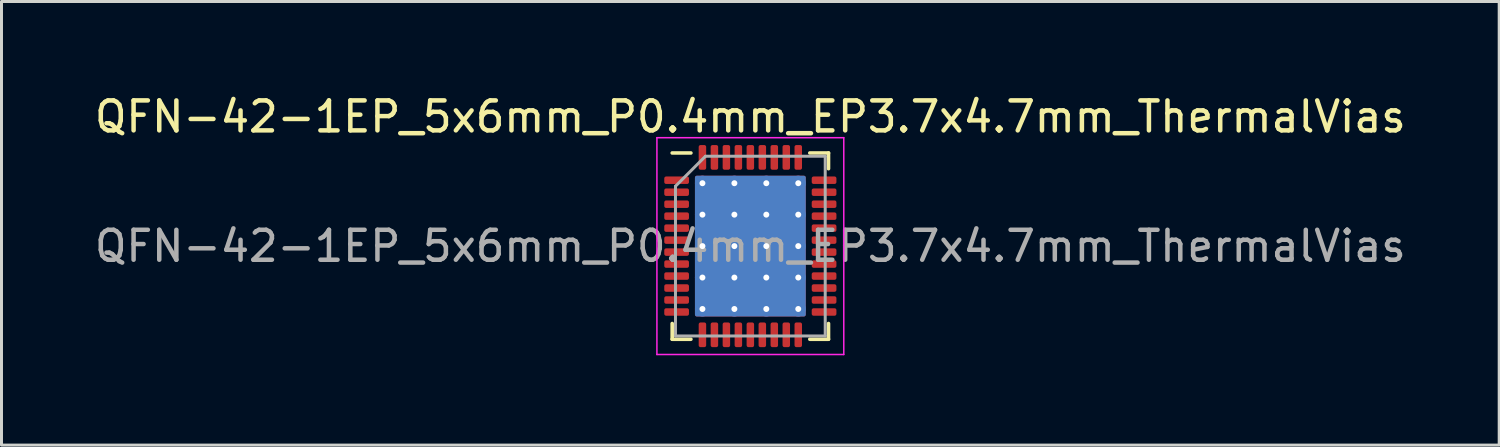
<source format=kicad_pcb>
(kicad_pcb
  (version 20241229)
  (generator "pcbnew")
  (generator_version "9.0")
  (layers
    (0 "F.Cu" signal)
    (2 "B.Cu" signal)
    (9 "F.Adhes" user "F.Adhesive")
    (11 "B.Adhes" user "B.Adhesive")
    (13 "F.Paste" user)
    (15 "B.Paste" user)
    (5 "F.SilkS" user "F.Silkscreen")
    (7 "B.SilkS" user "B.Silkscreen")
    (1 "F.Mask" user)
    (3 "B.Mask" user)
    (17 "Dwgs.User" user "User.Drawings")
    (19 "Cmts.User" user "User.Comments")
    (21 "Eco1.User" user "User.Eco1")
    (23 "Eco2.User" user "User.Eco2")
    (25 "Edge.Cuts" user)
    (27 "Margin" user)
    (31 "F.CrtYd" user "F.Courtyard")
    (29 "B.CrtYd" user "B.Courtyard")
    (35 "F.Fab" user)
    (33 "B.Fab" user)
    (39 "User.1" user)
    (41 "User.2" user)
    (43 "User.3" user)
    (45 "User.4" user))
  (footprint "QFN-42-1EP_5x6mm_P0.4mm_EP3.7x4.7mm_ThermalVias"
    (layer "F.Cu")
    (at 22.006 5.168)
    (property "Reference" "QFN-42-1EP_5x6mm_P0.4mm_EP3.7x4.7mm_ThermalVias" (at 0 -4.32 0) (layer "F.SilkS") (effects (font (size 1 1) (thickness 0.15))))
    (attr smd)
    (fp_line (start -2.61 3.11) (end -2.61 2.585) (stroke (width 0.12) (type solid)) (layer "F.SilkS"))
    (fp_line (start -1.985 -3.11) (end -2.61 -3.11) (stroke (width 0.12) (type solid)) (layer "F.SilkS"))
    (fp_line (start -1.985 3.11) (end -2.61 3.11) (stroke (width 0.12) (type solid)) (layer "F.SilkS"))
    (fp_line (start 1.985 -3.11) (end 2.61 -3.11) (stroke (width 0.12) (type solid)) (layer "F.SilkS"))
    (fp_line (start 1.985 3.11) (end 2.61 3.11) (stroke (width 0.12) (type solid)) (layer "F.SilkS"))
    (fp_line (start 2.61 -3.11) (end 2.61 -2.585) (stroke (width 0.12) (type solid)) (layer "F.SilkS"))
    (fp_line (start 2.61 3.11) (end 2.61 2.585) (stroke (width 0.12) (type solid)) (layer "F.SilkS"))
    (fp_line (start -3.12 -3.62) (end -3.12 3.62) (stroke (width 0.05) (type solid)) (layer "F.CrtYd"))
    (fp_line (start -3.12 3.62) (end 3.12 3.62) (stroke (width 0.05) (type solid)) (layer "F.CrtYd"))
    (fp_line (start 3.12 -3.62) (end -3.12 -3.62) (stroke (width 0.05) (type solid)) (layer "F.CrtYd"))
    (fp_line (start 3.12 3.62) (end 3.12 -3.62) (stroke (width 0.05) (type solid)) (layer "F.CrtYd"))
    (fp_line (start -2.5 -2) (end -1.5 -3) (stroke (width 0.1) (type solid)) (layer "F.Fab"))
    (fp_line (start -2.5 3) (end -2.5 -2) (stroke (width 0.1) (type solid)) (layer "F.Fab"))
    (fp_line (start -1.5 -3) (end 2.5 -3) (stroke (width 0.1) (type solid)) (layer "F.Fab"))
    (fp_line (start 2.5 -3) (end 2.5 3) (stroke (width 0.1) (type solid)) (layer "F.Fab"))
    (fp_line (start 2.5 3) (end -2.5 3) (stroke (width 0.1) (type solid)) (layer "F.Fab"))
    (fp_text user "${REFERENCE}" (at 0 0 0) (layer "F.Fab") (effects (font (size 1 1) (thickness 0.15))))
    (pad "" smd custom (at -1.067 -1.575) (size 0.799 0.799) (layers "F.Paste") (options (anchor circle)) (primitives (gr_poly (pts (xy -0.366 -0.252) (xy -0.274 -0.344) (xy 0.274 -0.344) (xy 0.366 -0.252) (xy 0.366 0.252) (xy 0.274 0.344) (xy -0.274 0.344) (xy -0.366 0.252)) (width 0.222) (fill yes))))
    (pad "" smd custom (at -1.067 -0.525) (size 0.799 0.799) (layers "F.Paste") (options (anchor circle)) (primitives (gr_poly (pts (xy -0.366 -0.252) (xy -0.274 -0.344) (xy 0.274 -0.344) (xy 0.366 -0.252) (xy 0.366 0.252) (xy 0.274 0.344) (xy -0.274 0.344) (xy -0.366 0.252)) (width 0.222) (fill yes))))
    (pad "" smd custom (at -1.067 0.525) (size 0.799 0.799) (layers "F.Paste") (options (anchor circle)) (primitives (gr_poly (pts (xy -0.366 -0.252) (xy -0.274 -0.344) (xy 0.274 -0.344) (xy 0.366 -0.252) (xy 0.366 0.252) (xy 0.274 0.344) (xy -0.274 0.344) (xy -0.366 0.252)) (width 0.222) (fill yes))))
    (pad "" smd custom (at -1.067 1.575) (size 0.799 0.799) (layers "F.Paste") (options (anchor circle)) (primitives (gr_poly (pts (xy -0.366 -0.252) (xy -0.274 -0.344) (xy 0.274 -0.344) (xy 0.366 -0.252) (xy 0.366 0.252) (xy 0.274 0.344) (xy -0.274 0.344) (xy -0.366 0.252)) (width 0.222) (fill yes))))
    (pad "" smd custom (at 0 -1.575) (size 0.799 0.799) (layers "F.Paste") (options (anchor circle)) (primitives (gr_poly (pts (xy -0.366 -0.252) (xy -0.274 -0.344) (xy 0.274 -0.344) (xy 0.366 -0.252) (xy 0.366 0.252) (xy 0.274 0.344) (xy -0.274 0.344) (xy -0.366 0.252)) (width 0.222) (fill yes))))
    (pad "" smd custom (at 0 -0.525) (size 0.799 0.799) (layers "F.Paste") (options (anchor circle)) (primitives (gr_poly (pts (xy -0.366 -0.252) (xy -0.274 -0.344) (xy 0.274 -0.344) (xy 0.366 -0.252) (xy 0.366 0.252) (xy 0.274 0.344) (xy -0.274 0.344) (xy -0.366 0.252)) (width 0.222) (fill yes))))
    (pad "" smd custom (at 0 0.525) (size 0.799 0.799) (layers "F.Paste") (options (anchor circle)) (primitives (gr_poly (pts (xy -0.366 -0.252) (xy -0.274 -0.344) (xy 0.274 -0.344) (xy 0.366 -0.252) (xy 0.366 0.252) (xy 0.274 0.344) (xy -0.274 0.344) (xy -0.366 0.252)) (width 0.222) (fill yes))))
    (pad "" smd custom (at 0 1.575) (size 0.799 0.799) (layers "F.Paste") (options (anchor circle)) (primitives (gr_poly (pts (xy -0.366 -0.252) (xy -0.274 -0.344) (xy 0.274 -0.344) (xy 0.366 -0.252) (xy 0.366 0.252) (xy 0.274 0.344) (xy -0.274 0.344) (xy -0.366 0.252)) (width 0.222) (fill yes))))
    (pad "" smd custom (at 1.067 -1.575) (size 0.799 0.799) (layers "F.Paste") (options (anchor circle)) (primitives (gr_poly (pts (xy -0.366 -0.252) (xy -0.274 -0.344) (xy 0.274 -0.344) (xy 0.366 -0.252) (xy 0.366 0.252) (xy 0.274 0.344) (xy -0.274 0.344) (xy -0.366 0.252)) (width 0.222) (fill yes))))
    (pad "" smd custom (at 1.067 -0.525) (size 0.799 0.799) (layers "F.Paste") (options (anchor circle)) (primitives (gr_poly (pts (xy -0.366 -0.252) (xy -0.274 -0.344) (xy 0.274 -0.344) (xy 0.366 -0.252) (xy 0.366 0.252) (xy 0.274 0.344) (xy -0.274 0.344) (xy -0.366 0.252)) (width 0.222) (fill yes))))
    (pad "" smd custom (at 1.067 0.525) (size 0.799 0.799) (layers "F.Paste") (options (anchor circle)) (primitives (gr_poly (pts (xy -0.366 -0.252) (xy -0.274 -0.344) (xy 0.274 -0.344) (xy 0.366 -0.252) (xy 0.366 0.252) (xy 0.274 0.344) (xy -0.274 0.344) (xy -0.366 0.252)) (width 0.222) (fill yes))))
    (pad "" smd custom (at 1.067 1.575) (size 0.799 0.799) (layers "F.Paste") (options (anchor circle)) (primitives (gr_poly (pts (xy -0.366 -0.252) (xy -0.274 -0.344) (xy 0.274 -0.344) (xy 0.366 -0.252) (xy 0.366 0.252) (xy 0.274 0.344) (xy -0.274 0.344) (xy -0.366 0.252)) (width 0.222) (fill yes))))
    (pad "1" smd roundrect (at -2.462 -2.2) (size 0.825 0.25) (layers "F.Cu" "F.Mask" "F.Paste") (roundrect_rratio 0.25))
    (pad "2" smd roundrect (at -2.462 -1.8) (size 0.825 0.25) (layers "F.Cu" "F.Mask" "F.Paste") (roundrect_rratio 0.25))
    (pad "3" smd roundrect (at -2.462 -1.4) (size 0.825 0.25) (layers "F.Cu" "F.Mask" "F.Paste") (roundrect_rratio 0.25))
    (pad "4" smd roundrect (at -2.462 -1) (size 0.825 0.25) (layers "F.Cu" "F.Mask" "F.Paste") (roundrect_rratio 0.25))
    (pad "5" smd roundrect (at -2.462 -0.6) (size 0.825 0.25) (layers "F.Cu" "F.Mask" "F.Paste") (roundrect_rratio 0.25))
    (pad "6" smd roundrect (at -2.462 -0.2) (size 0.825 0.25) (layers "F.Cu" "F.Mask" "F.Paste") (roundrect_rratio 0.25))
    (pad "7" smd roundrect (at -2.462 0.2) (size 0.825 0.25) (layers "F.Cu" "F.Mask" "F.Paste") (roundrect_rratio 0.25))
    (pad "8" smd roundrect (at -2.462 0.6) (size 0.825 0.25) (layers "F.Cu" "F.Mask" "F.Paste") (roundrect_rratio 0.25))
    (pad "9" smd roundrect (at -2.462 1) (size 0.825 0.25) (layers "F.Cu" "F.Mask" "F.Paste") (roundrect_rratio 0.25))
    (pad "10" smd roundrect (at -2.462 1.4) (size 0.825 0.25) (layers "F.Cu" "F.Mask" "F.Paste") (roundrect_rratio 0.25))
    (pad "11" smd roundrect (at -2.462 1.8) (size 0.825 0.25) (layers "F.Cu" "F.Mask" "F.Paste") (roundrect_rratio 0.25))
    (pad "12" smd roundrect (at -2.462 2.2) (size 0.825 0.25) (layers "F.Cu" "F.Mask" "F.Paste") (roundrect_rratio 0.25))
    (pad "13" smd roundrect (at -1.6 2.962) (size 0.25 0.825) (layers "F.Cu" "F.Mask" "F.Paste") (roundrect_rratio 0.25))
    (pad "14" smd roundrect (at -1.2 2.962) (size 0.25 0.825) (layers "F.Cu" "F.Mask" "F.Paste") (roundrect_rratio 0.25))
    (pad "15" smd roundrect (at -0.8 2.962) (size 0.25 0.825) (layers "F.Cu" "F.Mask" "F.Paste") (roundrect_rratio 0.25))
    (pad "16" smd roundrect (at -0.4 2.962) (size 0.25 0.825) (layers "F.Cu" "F.Mask" "F.Paste") (roundrect_rratio 0.25))
    (pad "17" smd roundrect (at 0 2.962) (size 0.25 0.825) (layers "F.Cu" "F.Mask" "F.Paste") (roundrect_rratio 0.25))
    (pad "18" smd roundrect (at 0.4 2.962) (size 0.25 0.825) (layers "F.Cu" "F.Mask" "F.Paste") (roundrect_rratio 0.25))
    (pad "19" smd roundrect (at 0.8 2.962) (size 0.25 0.825) (layers "F.Cu" "F.Mask" "F.Paste") (roundrect_rratio 0.25))
    (pad "20" smd roundrect (at 1.2 2.962) (size 0.25 0.825) (layers "F.Cu" "F.Mask" "F.Paste") (roundrect_rratio 0.25))
    (pad "21" smd roundrect (at 1.6 2.962) (size 0.25 0.825) (layers "F.Cu" "F.Mask" "F.Paste") (roundrect_rratio 0.25))
    (pad "22" smd roundrect (at 2.462 2.2) (size 0.825 0.25) (layers "F.Cu" "F.Mask" "F.Paste") (roundrect_rratio 0.25))
    (pad "23" smd roundrect (at 2.462 1.8) (size 0.825 0.25) (layers "F.Cu" "F.Mask" "F.Paste") (roundrect_rratio 0.25))
    (pad "24" smd roundrect (at 2.462 1.4) (size 0.825 0.25) (layers "F.Cu" "F.Mask" "F.Paste") (roundrect_rratio 0.25))
    (pad "25" smd roundrect (at 2.462 1) (size 0.825 0.25) (layers "F.Cu" "F.Mask" "F.Paste") (roundrect_rratio 0.25))
    (pad "26" smd roundrect (at 2.462 0.6) (size 0.825 0.25) (layers "F.Cu" "F.Mask" "F.Paste") (roundrect_rratio 0.25))
    (pad "27" smd roundrect (at 2.462 0.2) (size 0.825 0.25) (layers "F.Cu" "F.Mask" "F.Paste") (roundrect_rratio 0.25))
    (pad "28" smd roundrect (at 2.462 -0.2) (size 0.825 0.25) (layers "F.Cu" "F.Mask" "F.Paste") (roundrect_rratio 0.25))
    (pad "29" smd roundrect (at 2.462 -0.6) (size 0.825 0.25) (layers "F.Cu" "F.Mask" "F.Paste") (roundrect_rratio 0.25))
    (pad "30" smd roundrect (at 2.462 -1) (size 0.825 0.25) (layers "F.Cu" "F.Mask" "F.Paste") (roundrect_rratio 0.25))
    (pad "31" smd roundrect (at 2.462 -1.4) (size 0.825 0.25) (layers "F.Cu" "F.Mask" "F.Paste") (roundrect_rratio 0.25))
    (pad "32" smd roundrect (at 2.462 -1.8) (size 0.825 0.25) (layers "F.Cu" "F.Mask" "F.Paste") (roundrect_rratio 0.25))
    (pad "33" smd roundrect (at 2.462 -2.2) (size 0.825 0.25) (layers "F.Cu" "F.Mask" "F.Paste") (roundrect_rratio 0.25))
    (pad "34" smd roundrect (at 1.6 -2.962) (size 0.25 0.825) (layers "F.Cu" "F.Mask" "F.Paste") (roundrect_rratio 0.25))
    (pad "35" smd roundrect (at 1.2 -2.962) (size 0.25 0.825) (layers "F.Cu" "F.Mask" "F.Paste") (roundrect_rratio 0.25))
    (pad "36" smd roundrect (at 0.8 -2.962) (size 0.25 0.825) (layers "F.Cu" "F.Mask" "F.Paste") (roundrect_rratio 0.25))
    (pad "37" smd roundrect (at 0.4 -2.962) (size 0.25 0.825) (layers "F.Cu" "F.Mask" "F.Paste") (roundrect_rratio 0.25))
    (pad "38" smd roundrect (at 0 -2.962) (size 0.25 0.825) (layers "F.Cu" "F.Mask" "F.Paste") (roundrect_rratio 0.25))
    (pad "39" smd roundrect (at -0.4 -2.962) (size 0.25 0.825) (layers "F.Cu" "F.Mask" "F.Paste") (roundrect_rratio 0.25))
    (pad "40" smd roundrect (at -0.8 -2.962) (size 0.25 0.825) (layers "F.Cu" "F.Mask" "F.Paste") (roundrect_rratio 0.25))
    (pad "41" smd roundrect (at -1.2 -2.962) (size 0.25 0.825) (layers "F.Cu" "F.Mask" "F.Paste") (roundrect_rratio 0.25))
    (pad "42" smd roundrect (at -1.6 -2.962) (size 0.25 0.825) (layers "F.Cu" "F.Mask" "F.Paste") (roundrect_rratio 0.25))
    (pad "43" thru_hole circle (at -1.6 -2.1) (size 0.5 0.5) (drill 0.2) (layers "*.Cu"))
    (pad "43" thru_hole circle (at -1.6 -1.05) (size 0.5 0.5) (drill 0.2) (layers "*.Cu"))
    (pad "43" thru_hole circle (at -1.6 0) (size 0.5 0.5) (drill 0.2) (layers "*.Cu"))
    (pad "43" thru_hole circle (at -1.6 1.05) (size 0.5 0.5) (drill 0.2) (layers "*.Cu"))
    (pad "43" thru_hole circle (at -1.6 2.1) (size 0.5 0.5) (drill 0.2) (layers "*.Cu"))
    (pad "43" thru_hole circle (at -0.533 -2.1) (size 0.5 0.5) (drill 0.2) (layers "*.Cu"))
    (pad "43" thru_hole circle (at -0.533 -1.05) (size 0.5 0.5) (drill 0.2) (layers "*.Cu"))
    (pad "43" thru_hole circle (at -0.533 0) (size 0.5 0.5) (drill 0.2) (layers "*.Cu"))
    (pad "43" thru_hole circle (at -0.533 1.05) (size 0.5 0.5) (drill 0.2) (layers "*.Cu"))
    (pad "43" thru_hole circle (at -0.533 2.1) (size 0.5 0.5) (drill 0.2) (layers "*.Cu"))
    (pad "43" smd roundrect (at 0 0) (size 3.7 4.7) (layers "F.Cu" "F.Mask") (roundrect_rratio 0.017))
    (pad "43" smd roundrect (at 0 0) (size 3.7 4.7) (layers "B.Cu") (roundrect_rratio 0.017))
    (pad "43" thru_hole circle (at 0.533 -2.1) (size 0.5 0.5) (drill 0.2) (layers "*.Cu"))
    (pad "43" thru_hole circle (at 0.533 -1.05) (size 0.5 0.5) (drill 0.2) (layers "*.Cu"))
    (pad "43" thru_hole circle (at 0.533 0) (size 0.5 0.5) (drill 0.2) (layers "*.Cu"))
    (pad "43" thru_hole circle (at 0.533 1.05) (size 0.5 0.5) (drill 0.2) (layers "*.Cu"))
    (pad "43" thru_hole circle (at 0.533 2.1) (size 0.5 0.5) (drill 0.2) (layers "*.Cu"))
    (pad "43" thru_hole circle (at 1.6 -2.1) (size 0.5 0.5) (drill 0.2) (layers "*.Cu"))
    (pad "43" thru_hole circle (at 1.6 -1.05) (size 0.5 0.5) (drill 0.2) (layers "*.Cu"))
    (pad "43" thru_hole circle (at 1.6 0) (size 0.5 0.5) (drill 0.2) (layers "*.Cu"))
    (pad "43" thru_hole circle (at 1.6 1.05) (size 0.5 0.5) (drill 0.2) (layers "*.Cu"))
    (pad "43" thru_hole circle (at 1.6 2.1) (size 0.5 0.5) (drill 0.2) (layers "*.Cu")))
  (gr_rect
    (start -3 -3)
    (end 47.012 11.813)
    (stroke (width 0.1) (type default))
    (fill no)
    (layer "Edge.Cuts")))
</source>
